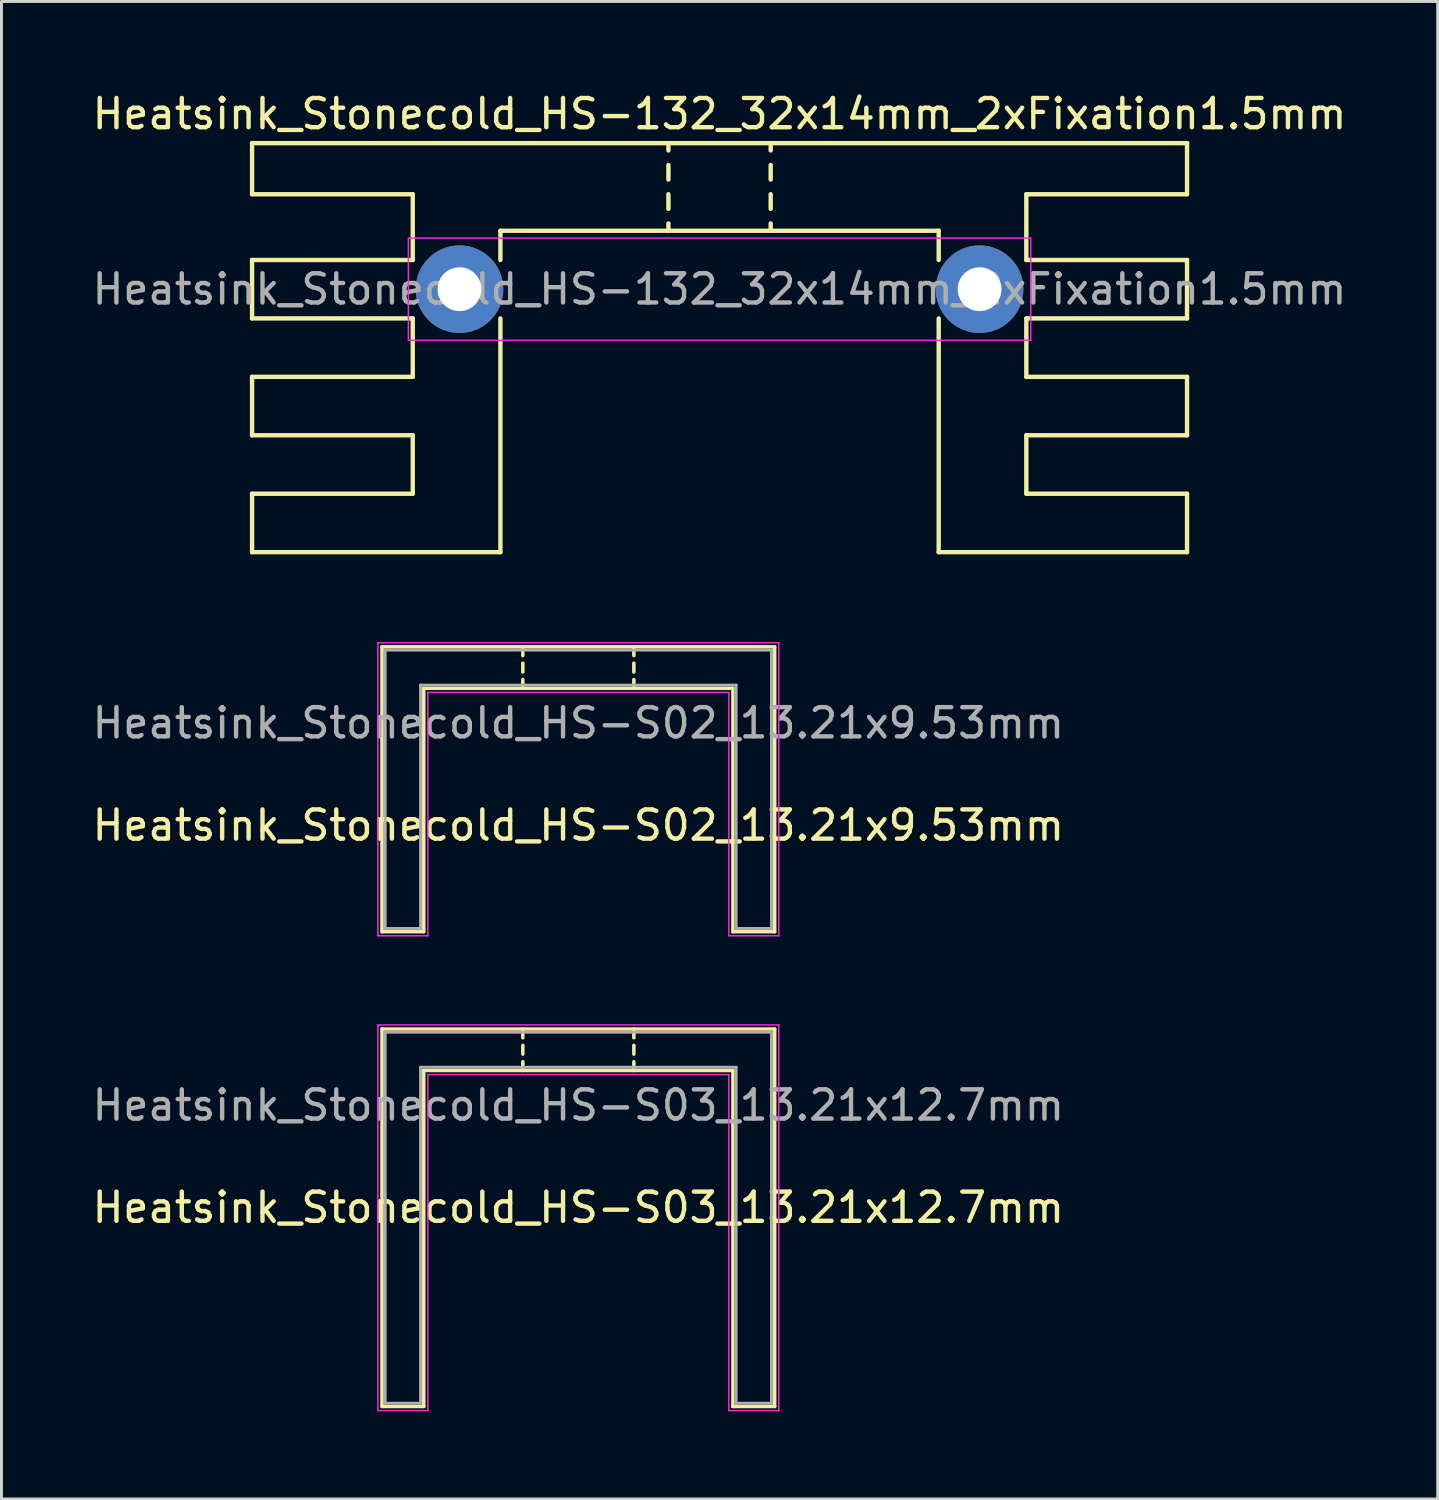
<source format=kicad_pcb>
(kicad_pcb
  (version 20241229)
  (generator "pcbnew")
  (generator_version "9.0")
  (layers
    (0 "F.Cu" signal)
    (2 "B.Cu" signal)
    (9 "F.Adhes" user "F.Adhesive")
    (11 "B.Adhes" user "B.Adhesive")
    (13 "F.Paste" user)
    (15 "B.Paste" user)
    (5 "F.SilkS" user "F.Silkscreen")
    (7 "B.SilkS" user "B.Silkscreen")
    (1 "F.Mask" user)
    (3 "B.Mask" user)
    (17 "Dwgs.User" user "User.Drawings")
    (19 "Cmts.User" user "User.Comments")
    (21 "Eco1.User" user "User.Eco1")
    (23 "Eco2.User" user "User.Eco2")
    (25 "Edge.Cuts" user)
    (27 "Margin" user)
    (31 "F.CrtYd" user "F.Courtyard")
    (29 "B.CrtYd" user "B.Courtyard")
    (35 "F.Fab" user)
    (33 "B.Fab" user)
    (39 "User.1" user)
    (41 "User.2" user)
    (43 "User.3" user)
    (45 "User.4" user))
  (footprint "Heatsink_Stonecold_HS-S03_13.21x12.7mm"
    (layer "F.Cu")
    (at 16.744 32.278)
    (property "Reference" "Heatsink_Stonecold_HS-S03_13.21x12.7mm" (at 0 6 0) (layer "F.SilkS") (effects (font (size 1 1) (thickness 0.15))))
    (attr exclude_from_pos_files exclude_from_bom)
    (fp_line (start -6.72 -0.11) (end -6.72 12.81) (stroke (width 0.12) (type solid)) (layer "F.SilkS"))
    (fp_line (start -6.72 -0.11) (end 6.72 -0.11) (stroke (width 0.12) (type solid)) (layer "F.SilkS"))
    (fp_line (start -6.72 12.81) (end -5.29 12.81) (stroke (width 0.12) (type solid)) (layer "F.SilkS"))
    (fp_line (start -5.29 1.31) (end 5.29 1.31) (stroke (width 0.12) (type solid)) (layer "F.SilkS"))
    (fp_line (start -5.29 12.81) (end -5.29 1.31) (stroke (width 0.12) (type solid)) (layer "F.SilkS"))
    (fp_line (start -1.9 -0.11) (end -1.9 0.19) (stroke (width 0.12) (type solid)) (layer "F.SilkS"))
    (fp_line (start -1.9 0.45) (end -1.9 0.75) (stroke (width 0.12) (type solid)) (layer "F.SilkS"))
    (fp_line (start -1.9 1.01) (end -1.9 1.31) (stroke (width 0.12) (type solid)) (layer "F.SilkS"))
    (fp_line (start 1.9 -0.11) (end 1.9 0.19) (stroke (width 0.12) (type solid)) (layer "F.SilkS"))
    (fp_line (start 1.9 0.45) (end 1.9 0.75) (stroke (width 0.12) (type solid)) (layer "F.SilkS"))
    (fp_line (start 1.9 1.01) (end 1.9 1.31) (stroke (width 0.12) (type solid)) (layer "F.SilkS"))
    (fp_line (start 5.29 1.31) (end 5.29 12.81) (stroke (width 0.12) (type solid)) (layer "F.SilkS"))
    (fp_line (start 5.29 12.81) (end 6.72 12.81) (stroke (width 0.12) (type solid)) (layer "F.SilkS"))
    (fp_line (start 6.72 -0.11) (end 6.72 12.81) (stroke (width 0.12) (type solid)) (layer "F.SilkS"))
    (fp_line (start -6.86 -0.25) (end -6.86 12.95) (stroke (width 0.05) (type solid)) (layer "F.CrtYd"))
    (fp_line (start -6.86 -0.25) (end 6.86 -0.25) (stroke (width 0.05) (type solid)) (layer "F.CrtYd"))
    (fp_line (start -6.86 12.95) (end -5.15 12.95) (stroke (width 0.05) (type solid)) (layer "F.CrtYd"))
    (fp_line (start -5.15 1.45) (end -5.15 12.95) (stroke (width 0.05) (type solid)) (layer "F.CrtYd"))
    (fp_line (start -5.15 1.45) (end 5.15 1.45) (stroke (width 0.05) (type solid)) (layer "F.CrtYd"))
    (fp_line (start 5.15 1.45) (end 5.15 12.95) (stroke (width 0.05) (type solid)) (layer "F.CrtYd"))
    (fp_line (start 5.15 12.95) (end 6.86 12.95) (stroke (width 0.05) (type solid)) (layer "F.CrtYd"))
    (fp_line (start 6.86 -0.25) (end 6.86 12.95) (stroke (width 0.05) (type solid)) (layer "F.CrtYd"))
    (fp_line (start -6.61 0) (end -6.61 12.7) (stroke (width 0.1) (type solid)) (layer "F.Fab"))
    (fp_line (start -6.61 0) (end 6.61 0) (stroke (width 0.1) (type solid)) (layer "F.Fab"))
    (fp_line (start -6.61 12.7) (end -5.4 12.7) (stroke (width 0.1) (type solid)) (layer "F.Fab"))
    (fp_line (start -5.4 1.2) (end -5.4 12.7) (stroke (width 0.1) (type solid)) (layer "F.Fab"))
    (fp_line (start -5.4 1.2) (end 5.4 1.2) (stroke (width 0.1) (type solid)) (layer "F.Fab"))
    (fp_line (start 5.4 1.2) (end 5.4 12.7) (stroke (width 0.1) (type solid)) (layer "F.Fab"))
    (fp_line (start 5.4 12.7) (end 6.61 12.7) (stroke (width 0.1) (type solid)) (layer "F.Fab"))
    (fp_line (start 6.61 0) (end 6.61 12.7) (stroke (width 0.1) (type solid)) (layer "F.Fab"))
    (fp_text user "${REFERENCE}" (at 0 2.5 0) (layer "F.Fab") (effects (font (size 1 1) (thickness 0.15)))))
  (footprint "Heatsink_Stonecold_HS-S02_13.21x9.53mm"
    (layer "F.Cu")
    (at 16.744 19.198)
    (property "Reference" "Heatsink_Stonecold_HS-S02_13.21x9.53mm" (at 0 6 0) (layer "F.SilkS") (effects (font (size 1 1) (thickness 0.15))))
    (attr exclude_from_pos_files exclude_from_bom)
    (fp_line (start -6.72 -0.11) (end -6.72 9.64) (stroke (width 0.12) (type solid)) (layer "F.SilkS"))
    (fp_line (start -6.72 -0.11) (end 6.72 -0.11) (stroke (width 0.12) (type solid)) (layer "F.SilkS"))
    (fp_line (start -6.72 9.64) (end -5.29 9.64) (stroke (width 0.12) (type solid)) (layer "F.SilkS"))
    (fp_line (start -5.29 1.31) (end 5.29 1.31) (stroke (width 0.12) (type solid)) (layer "F.SilkS"))
    (fp_line (start -5.29 9.64) (end -5.29 1.31) (stroke (width 0.12) (type solid)) (layer "F.SilkS"))
    (fp_line (start -1.9 -0.11) (end -1.9 0.19) (stroke (width 0.12) (type solid)) (layer "F.SilkS"))
    (fp_line (start -1.9 0.45) (end -1.9 0.75) (stroke (width 0.12) (type solid)) (layer "F.SilkS"))
    (fp_line (start -1.9 1.01) (end -1.9 1.31) (stroke (width 0.12) (type solid)) (layer "F.SilkS"))
    (fp_line (start 1.9 -0.11) (end 1.9 0.19) (stroke (width 0.12) (type solid)) (layer "F.SilkS"))
    (fp_line (start 1.9 0.45) (end 1.9 0.75) (stroke (width 0.12) (type solid)) (layer "F.SilkS"))
    (fp_line (start 1.9 1.01) (end 1.9 1.31) (stroke (width 0.12) (type solid)) (layer "F.SilkS"))
    (fp_line (start 5.29 1.31) (end 5.29 9.64) (stroke (width 0.12) (type solid)) (layer "F.SilkS"))
    (fp_line (start 5.29 9.64) (end 6.72 9.64) (stroke (width 0.12) (type solid)) (layer "F.SilkS"))
    (fp_line (start 6.72 -0.11) (end 6.72 9.64) (stroke (width 0.12) (type solid)) (layer "F.SilkS"))
    (fp_line (start -6.86 -0.25) (end -6.86 9.78) (stroke (width 0.05) (type solid)) (layer "F.CrtYd"))
    (fp_line (start -6.86 -0.25) (end 6.86 -0.25) (stroke (width 0.05) (type solid)) (layer "F.CrtYd"))
    (fp_line (start -6.86 9.78) (end -5.15 9.78) (stroke (width 0.05) (type solid)) (layer "F.CrtYd"))
    (fp_line (start -5.15 1.45) (end -5.15 9.78) (stroke (width 0.05) (type solid)) (layer "F.CrtYd"))
    (fp_line (start -5.15 1.45) (end 5.15 1.45) (stroke (width 0.05) (type solid)) (layer "F.CrtYd"))
    (fp_line (start 5.15 1.45) (end 5.15 9.78) (stroke (width 0.05) (type solid)) (layer "F.CrtYd"))
    (fp_line (start 5.15 9.78) (end 6.86 9.78) (stroke (width 0.05) (type solid)) (layer "F.CrtYd"))
    (fp_line (start 6.86 -0.25) (end 6.86 9.78) (stroke (width 0.05) (type solid)) (layer "F.CrtYd"))
    (fp_line (start -6.61 0) (end -6.61 9.53) (stroke (width 0.1) (type solid)) (layer "F.Fab"))
    (fp_line (start -6.61 0) (end 6.61 0) (stroke (width 0.1) (type solid)) (layer "F.Fab"))
    (fp_line (start -6.61 9.53) (end -5.4 9.53) (stroke (width 0.1) (type solid)) (layer "F.Fab"))
    (fp_line (start -5.4 1.2) (end -5.4 9.53) (stroke (width 0.1) (type solid)) (layer "F.Fab"))
    (fp_line (start -5.4 1.2) (end 5.4 1.2) (stroke (width 0.1) (type solid)) (layer "F.Fab"))
    (fp_line (start 5.4 1.2) (end 5.4 9.53) (stroke (width 0.1) (type solid)) (layer "F.Fab"))
    (fp_line (start 5.4 9.53) (end 6.61 9.53) (stroke (width 0.1) (type solid)) (layer "F.Fab"))
    (fp_line (start 6.61 0) (end 6.61 9.53) (stroke (width 0.1) (type solid)) (layer "F.Fab"))
    (fp_text user "${REFERENCE}" (at 0 2.5 0) (layer "F.Fab") (effects (font (size 1 1) (thickness 0.15)))))
  (footprint "Heatsink_Stonecold_HS-132_32x14mm_2xFixation1.5mm"
    (layer "F.Cu")
    (at 21.577 6.848)
    (property "Reference" "Heatsink_Stonecold_HS-132_32x14mm_2xFixation1.5mm" (at 0 -6 0) (layer "F.SilkS") (effects (font (size 1 1) (thickness 0.15))))
    (attr through_hole)
    (fp_line (start -16 -5) (end 16 -5) (stroke (width 0.15) (type solid)) (layer "F.SilkS"))
    (fp_line (start -16 -3.25) (end -16 -5) (stroke (width 0.15) (type solid)) (layer "F.SilkS"))
    (fp_line (start -16 -1) (end -16 1) (stroke (width 0.15) (type solid)) (layer "F.SilkS"))
    (fp_line (start -16 1) (end -10.5 1) (stroke (width 0.15) (type solid)) (layer "F.SilkS"))
    (fp_line (start -16 3) (end -16 5) (stroke (width 0.15) (type solid)) (layer "F.SilkS"))
    (fp_line (start -16 5) (end -10.5 5) (stroke (width 0.15) (type solid)) (layer "F.SilkS"))
    (fp_line (start -16 7) (end -16 9) (stroke (width 0.15) (type solid)) (layer "F.SilkS"))
    (fp_line (start -10.5 -3.25) (end -16 -3.25) (stroke (width 0.15) (type solid)) (layer "F.SilkS"))
    (fp_line (start -10.5 -3.25) (end -10.5 -1) (stroke (width 0.15) (type solid)) (layer "F.SilkS"))
    (fp_line (start -10.5 -1) (end -16 -1) (stroke (width 0.15) (type solid)) (layer "F.SilkS"))
    (fp_line (start -10.5 1) (end -10.5 3) (stroke (width 0.15) (type solid)) (layer "F.SilkS"))
    (fp_line (start -10.5 3) (end -16 3) (stroke (width 0.15) (type solid)) (layer "F.SilkS"))
    (fp_line (start -10.5 5) (end -10.5 7) (stroke (width 0.15) (type solid)) (layer "F.SilkS"))
    (fp_line (start -10.5 7) (end -16 7) (stroke (width 0.15) (type solid)) (layer "F.SilkS"))
    (fp_line (start -7.5 -2) (end -7.5 -1) (stroke (width 0.15) (type solid)) (layer "F.SilkS"))
    (fp_line (start -7.5 -2) (end 7.5 -2) (stroke (width 0.15) (type solid)) (layer "F.SilkS"))
    (fp_line (start -7.5 1) (end -7.5 9) (stroke (width 0.15) (type solid)) (layer "F.SilkS"))
    (fp_line (start -7.5 9) (end -16 9) (stroke (width 0.15) (type solid)) (layer "F.SilkS"))
    (fp_line (start -1.75 -4.75) (end -1.75 -5) (stroke (width 0.15) (type solid)) (layer "F.SilkS"))
    (fp_line (start -1.75 -4.25) (end -1.75 -3.75) (stroke (width 0.15) (type solid)) (layer "F.SilkS"))
    (fp_line (start -1.75 -3.25) (end -1.75 -2.75) (stroke (width 0.15) (type solid)) (layer "F.SilkS"))
    (fp_line (start -1.75 -2.25) (end -1.75 -2) (stroke (width 0.15) (type solid)) (layer "F.SilkS"))
    (fp_line (start 1.75 -4.75) (end 1.75 -5) (stroke (width 0.15) (type solid)) (layer "F.SilkS"))
    (fp_line (start 1.75 -4.25) (end 1.75 -3.75) (stroke (width 0.15) (type solid)) (layer "F.SilkS"))
    (fp_line (start 1.75 -3.25) (end 1.75 -2.75) (stroke (width 0.15) (type solid)) (layer "F.SilkS"))
    (fp_line (start 1.75 -2.25) (end 1.75 -2) (stroke (width 0.15) (type solid)) (layer "F.SilkS"))
    (fp_line (start 7.5 -2) (end 7.5 -1) (stroke (width 0.15) (type solid)) (layer "F.SilkS"))
    (fp_line (start 7.5 1) (end 7.5 9) (stroke (width 0.15) (type solid)) (layer "F.SilkS"))
    (fp_line (start 7.5 9) (end 16 9) (stroke (width 0.15) (type solid)) (layer "F.SilkS"))
    (fp_line (start 10.5 -3.25) (end 10.5 -1) (stroke (width 0.15) (type solid)) (layer "F.SilkS"))
    (fp_line (start 10.5 -3.25) (end 16 -3.25) (stroke (width 0.15) (type solid)) (layer "F.SilkS"))
    (fp_line (start 10.5 -1) (end 16 -1) (stroke (width 0.15) (type solid)) (layer "F.SilkS"))
    (fp_line (start 10.5 1) (end 10.5 3) (stroke (width 0.15) (type solid)) (layer "F.SilkS"))
    (fp_line (start 10.5 1) (end 16 1) (stroke (width 0.15) (type solid)) (layer "F.SilkS"))
    (fp_line (start 10.5 3) (end 16 3) (stroke (width 0.15) (type solid)) (layer "F.SilkS"))
    (fp_line (start 10.5 5) (end 10.5 7) (stroke (width 0.15) (type solid)) (layer "F.SilkS"))
    (fp_line (start 10.5 5) (end 16 5) (stroke (width 0.15) (type solid)) (layer "F.SilkS"))
    (fp_line (start 10.5 7) (end 16 7) (stroke (width 0.15) (type solid)) (layer "F.SilkS"))
    (fp_line (start 16 -5) (end 16 -3.25) (stroke (width 0.15) (type solid)) (layer "F.SilkS"))
    (fp_line (start 16 -1) (end 16 1) (stroke (width 0.15) (type solid)) (layer "F.SilkS"))
    (fp_line (start 16 3) (end 16 5) (stroke (width 0.15) (type solid)) (layer "F.SilkS"))
    (fp_line (start 16 7) (end 16 9) (stroke (width 0.15) (type solid)) (layer "F.SilkS"))
    (fp_line (start -10.65 -1.75) (end -10.65 1.75) (stroke (width 0.05) (type solid)) (layer "F.CrtYd"))
    (fp_line (start -10.65 -1.75) (end 10.65 -1.75) (stroke (width 0.05) (type solid)) (layer "F.CrtYd"))
    (fp_line (start 10.65 1.75) (end -10.65 1.75) (stroke (width 0.05) (type solid)) (layer "F.CrtYd"))
    (fp_line (start 10.65 1.75) (end 10.65 -1.75) (stroke (width 0.05) (type solid)) (layer "F.CrtYd"))
    (fp_text user "${REFERENCE}" (at 0 0 0) (layer "F.Fab") (effects (font (size 1 1) (thickness 0.15))))
    (pad "1" thru_hole circle (at -8.9 0) (size 3 3) (drill 1.5) (layers "*.Cu" "*.Mask"))
    (pad "1" thru_hole circle (at 8.9 0) (size 3 3) (drill 1.5) (layers "*.Cu" "*.Mask")))
  (gr_rect
    (start -3 -3)
    (end 46.155 48.253)
    (stroke (width 0.1) (type default))
    (fill no)
    (layer "Edge.Cuts")))
</source>
